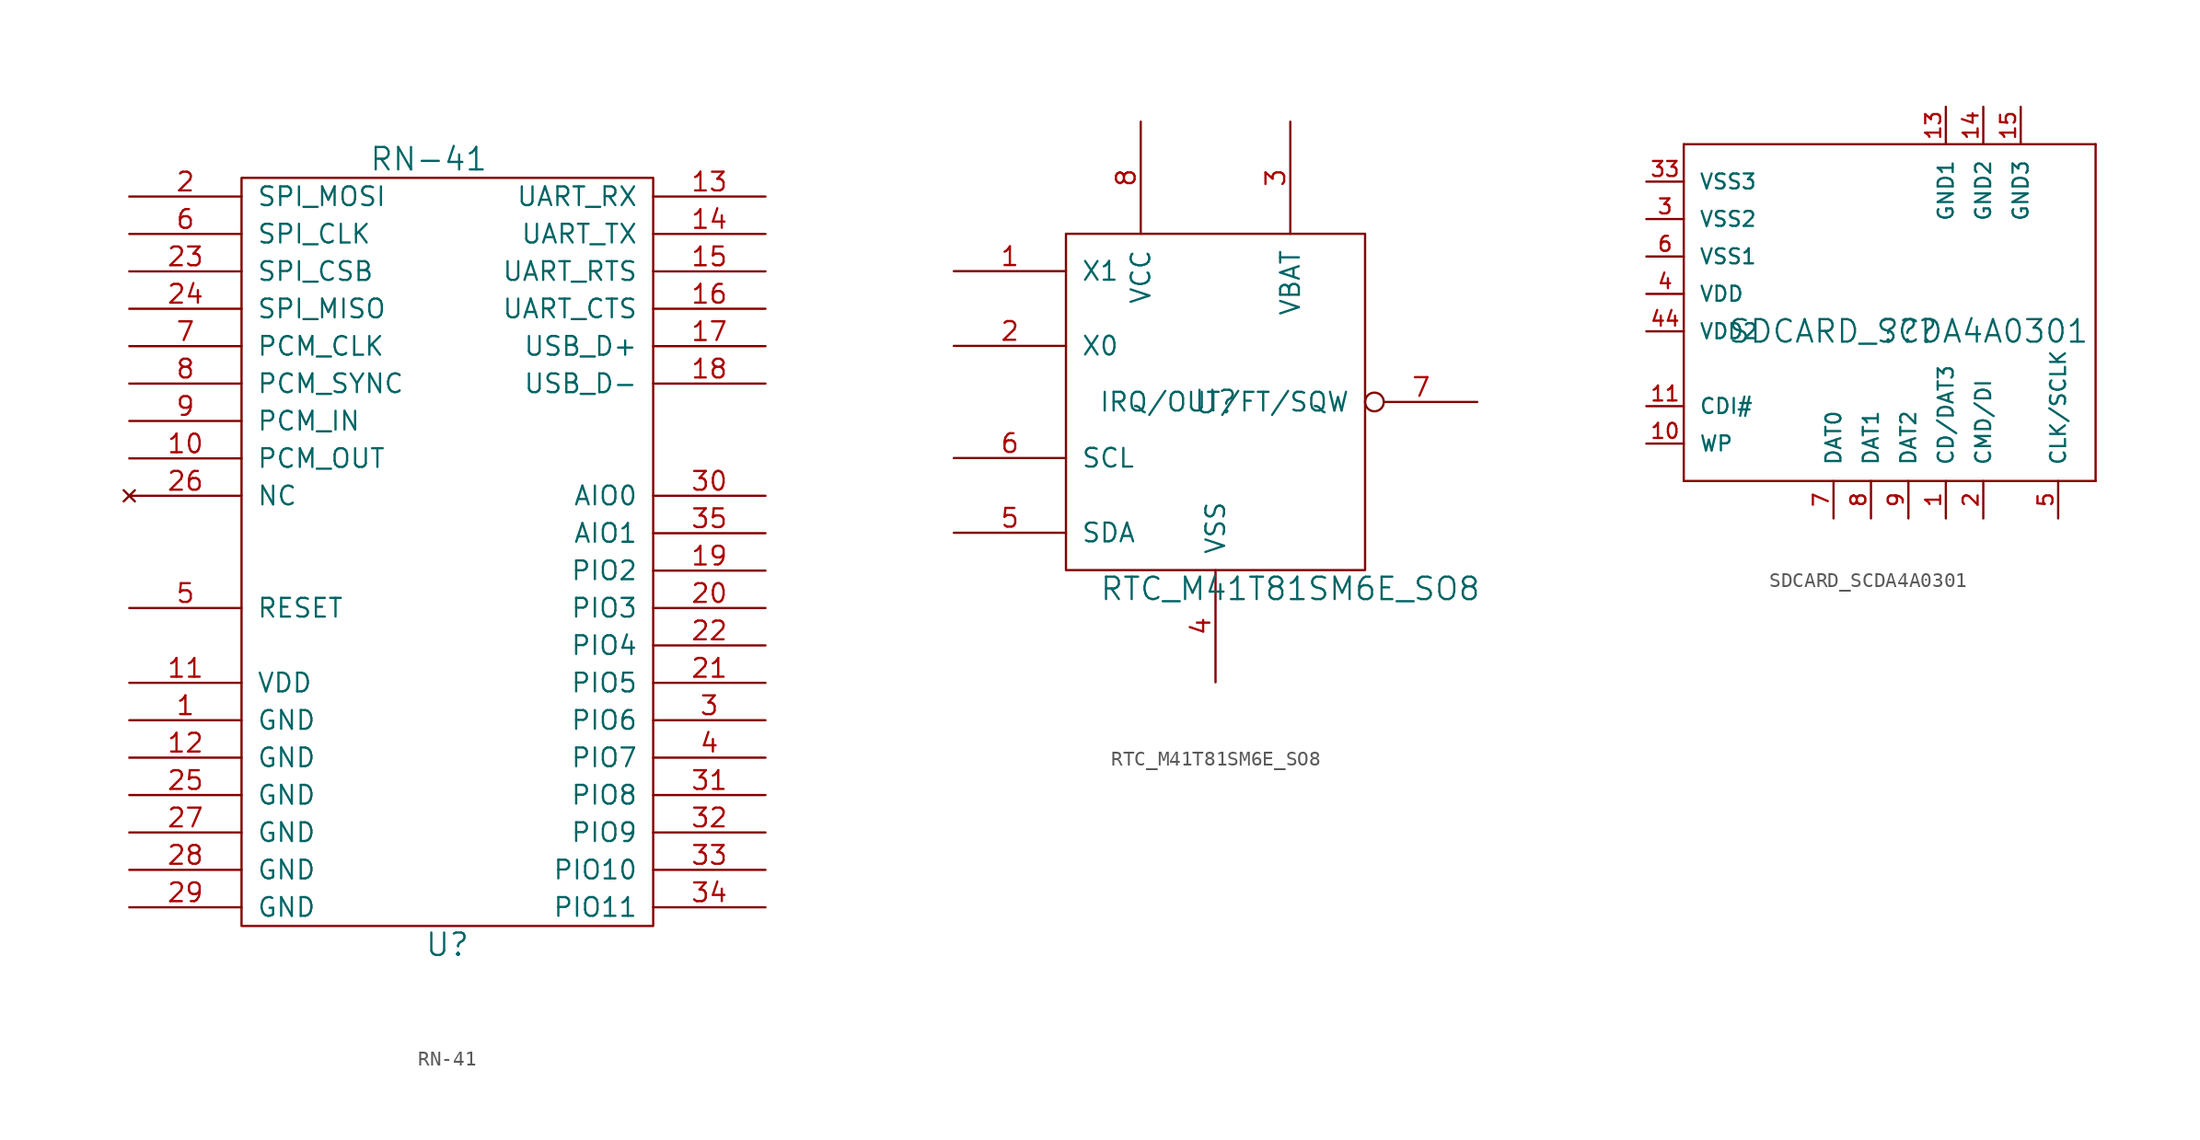
<source format=kicad_sym>
(kicad_symbol_lib
  (version 20231120)
  (generator "kicad_symbol_editor")
  (generator_version "8.0")
  (symbol "RN-41"
    (pin_names
      (offset 1.016))
    (property "Reference" "U"
      (at 0 -26.67 0)
      (effects (font (size 1.524 1.524))))
    (property "Value" "RN-41"
      (at -1.27 26.67 0)
      (effects (font (size 1.524 1.524))))
    (property "Footprint" ""
      (at 0 0 0)
      (effects (font (size 1.524 1.524))))
    (property "Datasheet" ""
      (at 0 0 0)
      (effects (font (size 1.524 1.524))))
    (symbol "RN-41_0_1"
      (rectangle (start -13.97 25.4) (end 13.97 -25.4) (stroke (width 0) (type solid)) (fill (type none))))
    (symbol "RN-41_1_1"
      (pin power_in line (at -21.59 -11.43 0) (length 7.62) (name "GND" (effects (font (size 1.27 1.27)))) (number "1" (effects (font (size 1.27 1.27)))))
      (pin bidirectional line (at -21.59 6.35 0) (length 7.62) (name "PCM_OUT" (effects (font (size 1.27 1.27)))) (number "10" (effects (font (size 1.27 1.27)))))
      (pin power_in line (at -21.59 -8.89 0) (length 7.62) (name "VDD" (effects (font (size 1.27 1.27)))) (number "11" (effects (font (size 1.27 1.27)))))
      (pin power_in line (at -21.59 -13.97 0) (length 7.62) (name "GND" (effects (font (size 1.27 1.27)))) (number "12" (effects (font (size 1.27 1.27)))))
      (pin input line (at 21.59 24.13 180) (length 7.62) (name "UART_RX" (effects (font (size 1.27 1.27)))) (number "13" (effects (font (size 1.27 1.27)))))
      (pin output line (at 21.59 21.59 180) (length 7.62) (name "UART_TX" (effects (font (size 1.27 1.27)))) (number "14" (effects (font (size 1.27 1.27)))))
      (pin output line (at 21.59 19.05 180) (length 7.62) (name "UART_RTS" (effects (font (size 1.27 1.27)))) (number "15" (effects (font (size 1.27 1.27)))))
      (pin input line (at 21.59 16.51 180) (length 7.62) (name "UART_CTS" (effects (font (size 1.27 1.27)))) (number "16" (effects (font (size 1.27 1.27)))))
      (pin bidirectional line (at 21.59 13.97 180) (length 7.62) (name "USB_D+" (effects (font (size 1.27 1.27)))) (number "17" (effects (font (size 1.27 1.27)))))
      (pin bidirectional line (at 21.59 11.43 180) (length 7.62) (name "USB_D-" (effects (font (size 1.27 1.27)))) (number "18" (effects (font (size 1.27 1.27)))))
      (pin output line (at 21.59 -1.27 180) (length 7.62) (name "PIO2" (effects (font (size 1.27 1.27)))) (number "19" (effects (font (size 1.27 1.27)))))
      (pin bidirectional line (at -21.59 24.13 0) (length 7.62) (name "SPI_MOSI" (effects (font (size 1.27 1.27)))) (number "2" (effects (font (size 1.27 1.27)))))
      (pin input line (at 21.59 -3.81 180) (length 7.62) (name "PIO3" (effects (font (size 1.27 1.27)))) (number "20" (effects (font (size 1.27 1.27)))))
      (pin output line (at 21.59 -8.89 180) (length 7.62) (name "PIO5" (effects (font (size 1.27 1.27)))) (number "21" (effects (font (size 1.27 1.27)))))
      (pin input line (at 21.59 -6.35 180) (length 7.62) (name "PIO4" (effects (font (size 1.27 1.27)))) (number "22" (effects (font (size 1.27 1.27)))))
      (pin bidirectional line (at -21.59 19.05 0) (length 7.62) (name "SPI_CSB" (effects (font (size 1.27 1.27)))) (number "23" (effects (font (size 1.27 1.27)))))
      (pin bidirectional line (at -21.59 16.51 0) (length 7.62) (name "SPI_MISO" (effects (font (size 1.27 1.27)))) (number "24" (effects (font (size 1.27 1.27)))))
      (pin power_in line (at -21.59 -16.51 0) (length 7.62) (name "GND" (effects (font (size 1.27 1.27)))) (number "25" (effects (font (size 1.27 1.27)))))
      (pin no_connect line (at -21.59 3.81 0) (length 7.62) (name "NC" (effects (font (size 1.27 1.27)))) (number "26" (effects (font (size 1.27 1.27)))))
      (pin power_in line (at -21.59 -19.05 0) (length 7.62) (name "GND" (effects (font (size 1.27 1.27)))) (number "27" (effects (font (size 1.27 1.27)))))
      (pin power_in line (at -21.59 -21.59 0) (length 7.62) (name "GND" (effects (font (size 1.27 1.27)))) (number "28" (effects (font (size 1.27 1.27)))))
      (pin power_in line (at -21.59 -24.13 0) (length 7.62) (name "GND" (effects (font (size 1.27 1.27)))) (number "29" (effects (font (size 1.27 1.27)))))
      (pin bidirectional line (at 21.59 -11.43 180) (length 7.62) (name "PIO6" (effects (font (size 1.27 1.27)))) (number "3" (effects (font (size 1.27 1.27)))))
      (pin input line (at 21.59 3.81 180) (length 7.62) (name "AIO0" (effects (font (size 1.27 1.27)))) (number "30" (effects (font (size 1.27 1.27)))))
      (pin output line (at 21.59 -16.51 180) (length 7.62) (name "PIO8" (effects (font (size 1.27 1.27)))) (number "31" (effects (font (size 1.27 1.27)))))
      (pin input line (at 21.59 -19.05 180) (length 7.62) (name "PIO9" (effects (font (size 1.27 1.27)))) (number "32" (effects (font (size 1.27 1.27)))))
      (pin input line (at 21.59 -21.59 180) (length 7.62) (name "PIO10" (effects (font (size 1.27 1.27)))) (number "33" (effects (font (size 1.27 1.27)))))
      (pin input line (at 21.59 -24.13 180) (length 7.62) (name "PIO11" (effects (font (size 1.27 1.27)))) (number "34" (effects (font (size 1.27 1.27)))))
      (pin input line (at 21.59 1.27 180) (length 7.62) (name "AIO1" (effects (font (size 1.27 1.27)))) (number "35" (effects (font (size 1.27 1.27)))))
      (pin bidirectional line (at 21.59 -13.97 180) (length 7.62) (name "PIO7" (effects (font (size 1.27 1.27)))) (number "4" (effects (font (size 1.27 1.27)))))
      (pin input line (at -21.59 -3.81 0) (length 7.62) (name "RESET" (effects (font (size 1.27 1.27)))) (number "5" (effects (font (size 1.27 1.27)))))
      (pin bidirectional line (at -21.59 21.59 0) (length 7.62) (name "SPI_CLK" (effects (font (size 1.27 1.27)))) (number "6" (effects (font (size 1.27 1.27)))))
      (pin bidirectional line (at -21.59 13.97 0) (length 7.62) (name "PCM_CLK" (effects (font (size 1.27 1.27)))) (number "7" (effects (font (size 1.27 1.27)))))
      (pin bidirectional line (at -21.59 11.43 0) (length 7.62) (name "PCM_SYNC" (effects (font (size 1.27 1.27)))) (number "8" (effects (font (size 1.27 1.27)))))
      (pin bidirectional line (at -21.59 8.89 0) (length 7.62) (name "PCM_IN" (effects (font (size 1.27 1.27)))) (number "9" (effects (font (size 1.27 1.27)))))))
  (symbol "RTC_M41T81SM6E_SO8"
    (pin_names
      (offset 1.016))
    (property "Reference" "U"
      (at 0 0 0)
      (effects (font (size 1.524 1.524))))
    (property "Value" "RTC_M41T81SM6E_SO8"
      (at 5.08 -12.7 0)
      (effects (font (size 1.524 1.524))))
    (property "Footprint" ""
      (at 0 0 0)
      (effects (font (size 1.524 1.524))))
    (property "Datasheet" ""
      (at 0 0 0)
      (effects (font (size 1.524 1.524))))
    (symbol "RTC_M41T81SM6E_SO8_0_1"
      (rectangle (start -10.16 11.43) (end 10.16 -11.43) (stroke (width 0) (type solid)) (fill (type none))))
    (symbol "RTC_M41T81SM6E_SO8_1_1"
      (pin input line (at -17.78 8.89 0) (length 7.62) (name "X1" (effects (font (size 1.27 1.27)))) (number "1" (effects (font (size 1.27 1.27)))))
      (pin input line (at -17.78 3.81 0) (length 7.62) (name "X0" (effects (font (size 1.27 1.27)))) (number "2" (effects (font (size 1.27 1.27)))))
      (pin input line (at 5.08 19.05 270) (length 7.62) (name "VBAT" (effects (font (size 1.27 1.27)))) (number "3" (effects (font (size 1.27 1.27)))))
      (pin input line (at 0 -19.05 90) (length 7.62) (name "VSS" (effects (font (size 1.27 1.27)))) (number "4" (effects (font (size 1.27 1.27)))))
      (pin input line (at -17.78 -8.89 0) (length 7.62) (name "SDA" (effects (font (size 1.27 1.27)))) (number "5" (effects (font (size 1.27 1.27)))))
      (pin input line (at -17.78 -3.81 0) (length 7.62) (name "SCL" (effects (font (size 1.27 1.27)))) (number "6" (effects (font (size 1.27 1.27)))))
      (pin input inverted (at 17.78 0 180) (length 7.62) (name "IRQ/OUT/FT/SQW" (effects (font (size 1.27 1.27)))) (number "7" (effects (font (size 1.27 1.27)))))
      (pin input line (at -5.08 19.05 270) (length 7.62) (name "VCC" (effects (font (size 1.27 1.27)))) (number "8" (effects (font (size 1.27 1.27)))))))
  (symbol "SDCARD_SCDA4A0301"
    (pin_names
      (offset 1.016))
    (property "Reference" "??"
      (at 0 0 0)
      (effects (font (size 1.524 1.524))))
    (property "Value" "SDCARD_SCDA4A0301"
      (at 0 0 0)
      (effects (font (size 1.524 1.524))))
    (property "Footprint" ""
      (at 0 0 0)
      (effects (font (size 1.524 1.524))))
    (property "Datasheet" ""
      (at 0 0 0)
      (effects (font (size 1.524 1.524))))
    (property "ki_locked" ""
      (at 0 0 0)
      (effects (font (size 1.27 1.27))))
    (symbol "SDCARD_SCDA4A0301_1_0"
      (polyline (pts (xy -15.24 -10.16) (xy 12.7 -10.16)) (stroke (width 0) (type solid)) (fill (type none)))
      (polyline (pts (xy -15.24 12.7) (xy -15.24 -10.16)) (stroke (width 0) (type solid)) (fill (type none)))
      (polyline (pts (xy 12.7 -10.16) (xy 12.7 12.7)) (stroke (width 0) (type solid)) (fill (type none)))
      (polyline (pts (xy 12.7 12.7) (xy -15.24 12.7)) (stroke (width 0) (type solid)) (fill (type none))))
    (symbol "SDCARD_SCDA4A0301_1_1"
      (pin bidirectional line (at 2.54 -12.7 90) (length 2.54) (name "CD/DAT3" (effects (font (size 1.016 1.016)))) (number "1" (effects (font (size 1.016 1.016)))))
      (pin output line (at -17.78 -7.62 0) (length 2.54) (name "WP" (effects (font (size 1.016 1.016)))) (number "10" (effects (font (size 1.016 1.016)))))
      (pin output line (at -17.78 -5.08 0) (length 2.54) (name "CDI#" (effects (font (size 1.016 1.016)))) (number "11" (effects (font (size 1.016 1.016)))))
      (pin power_in line (at 2.54 15.24 270) (length 2.54) (name "GND1" (effects (font (size 1.016 1.016)))) (number "13" (effects (font (size 1.016 1.016)))))
      (pin power_in line (at 5.08 15.24 270) (length 2.54) (name "GND2" (effects (font (size 1.016 1.016)))) (number "14" (effects (font (size 1.016 1.016)))))
      (pin power_in line (at 7.62 15.24 270) (length 2.54) (name "GND3" (effects (font (size 1.016 1.016)))) (number "15" (effects (font (size 1.016 1.016)))))
      (pin bidirectional line (at 5.08 -12.7 90) (length 2.54) (name "CMD/DI" (effects (font (size 1.016 1.016)))) (number "2" (effects (font (size 1.016 1.016)))))
      (pin power_in line (at -17.78 7.62 0) (length 2.54) (name "VSS2" (effects (font (size 1.016 1.016)))) (number "3" (effects (font (size 1.016 1.016)))))
      (pin bidirectional line (at -17.78 10.16 0) (length 2.54) (name "VSS3" (effects (font (size 1.016 1.016)))) (number "33" (effects (font (size 1.016 1.016)))))
      (pin power_in line (at -17.78 2.54 0) (length 2.54) (name "VDD" (effects (font (size 1.016 1.016)))) (number "4" (effects (font (size 1.016 1.016)))))
      (pin bidirectional line (at -17.78 0 0) (length 2.54) (name "VDD2" (effects (font (size 1.016 1.016)))) (number "44" (effects (font (size 1.016 1.016)))))
      (pin bidirectional line (at 10.16 -12.7 90) (length 2.54) (name "CLK/SCLK" (effects (font (size 1.016 1.016)))) (number "5" (effects (font (size 1.016 1.016)))))
      (pin power_in line (at -17.78 5.08 0) (length 2.54) (name "VSS1" (effects (font (size 1.016 1.016)))) (number "6" (effects (font (size 1.016 1.016)))))
      (pin bidirectional line (at -5.08 -12.7 90) (length 2.54) (name "DAT0" (effects (font (size 1.016 1.016)))) (number "7" (effects (font (size 1.016 1.016)))))
      (pin bidirectional line (at -2.54 -12.7 90) (length 2.54) (name "DAT1" (effects (font (size 1.016 1.016)))) (number "8" (effects (font (size 1.016 1.016)))))
      (pin bidirectional line (at 0 -12.7 90) (length 2.54) (name "DAT2" (effects (font (size 1.016 1.016)))) (number "9" (effects (font (size 1.016 1.016))))))))
</source>
